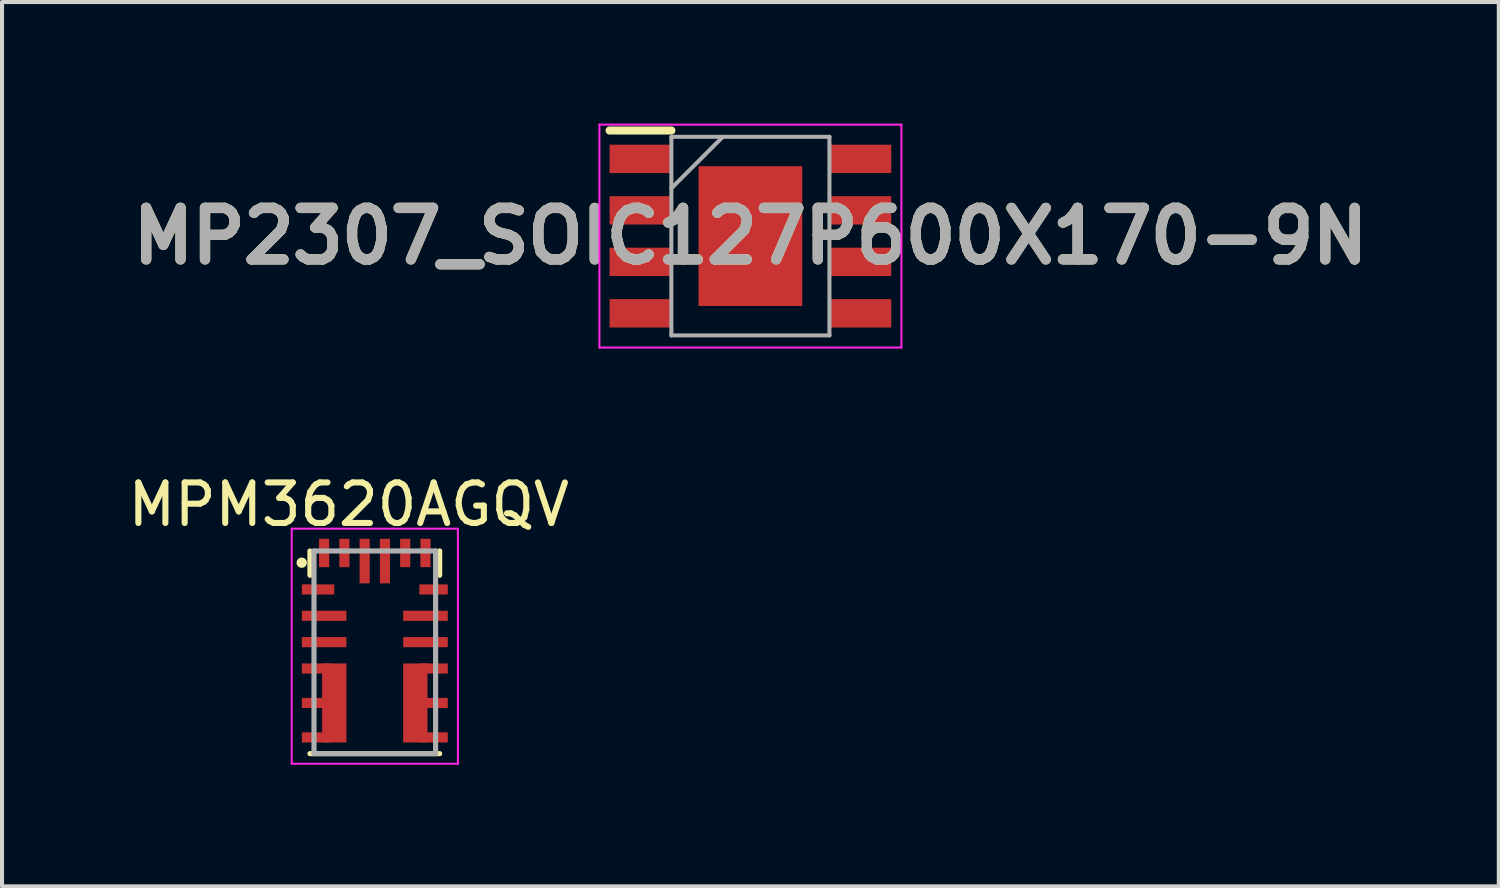
<source format=kicad_pcb>
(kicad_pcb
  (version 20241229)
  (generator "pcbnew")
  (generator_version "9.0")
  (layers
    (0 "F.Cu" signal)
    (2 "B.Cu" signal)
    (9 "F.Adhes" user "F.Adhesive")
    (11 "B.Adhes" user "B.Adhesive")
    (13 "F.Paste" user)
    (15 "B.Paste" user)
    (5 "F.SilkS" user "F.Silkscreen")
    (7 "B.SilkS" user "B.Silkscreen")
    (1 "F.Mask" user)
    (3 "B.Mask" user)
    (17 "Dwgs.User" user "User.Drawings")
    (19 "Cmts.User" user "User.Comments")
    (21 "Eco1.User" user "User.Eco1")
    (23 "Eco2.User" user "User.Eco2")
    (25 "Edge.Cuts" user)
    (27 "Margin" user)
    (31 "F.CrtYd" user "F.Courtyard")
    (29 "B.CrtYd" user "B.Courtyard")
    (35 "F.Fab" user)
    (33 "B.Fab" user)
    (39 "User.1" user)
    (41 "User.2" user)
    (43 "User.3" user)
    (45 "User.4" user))
  (footprint "MP2307_SOIC127P600X170-9N"
    (layer "F.Cu")
    (at 15.464 2.775)
    (property "Reference" "MP2307_SOIC127P600X170-9N" (at 0 0 0) (layer "F.SilkS") (effects (font (size 1.27 1.27) (thickness 0.254))))
    (attr smd)
    (fp_line (start -3.475 -2.605) (end -1.95 -2.605) (stroke (width 0.2) (type solid)) (layer "F.SilkS"))
    (fp_line (start -3.725 -2.75) (end 3.725 -2.75) (stroke (width 0.05) (type solid)) (layer "F.CrtYd"))
    (fp_line (start -3.725 2.75) (end -3.725 -2.75) (stroke (width 0.05) (type solid)) (layer "F.CrtYd"))
    (fp_line (start 3.725 -2.75) (end 3.725 2.75) (stroke (width 0.05) (type solid)) (layer "F.CrtYd"))
    (fp_line (start 3.725 2.75) (end -3.725 2.75) (stroke (width 0.05) (type solid)) (layer "F.CrtYd"))
    (fp_line (start -1.95 -2.45) (end 1.95 -2.45) (stroke (width 0.1) (type solid)) (layer "F.Fab"))
    (fp_line (start -1.95 -1.18) (end -0.68 -2.45) (stroke (width 0.1) (type solid)) (layer "F.Fab"))
    (fp_line (start -1.95 2.45) (end -1.95 -2.45) (stroke (width 0.1) (type solid)) (layer "F.Fab"))
    (fp_line (start 1.95 -2.45) (end 1.95 2.45) (stroke (width 0.1) (type solid)) (layer "F.Fab"))
    (fp_line (start 1.95 2.45) (end -1.95 2.45) (stroke (width 0.1) (type solid)) (layer "F.Fab"))
    (fp_text user "${REFERENCE}" (at 0 0 0) (layer "F.Fab") (effects (font (size 1.27 1.27) (thickness 0.254))))
    (pad "1" smd rect (at -2.712 -1.905 90) (size 0.7 1.525) (layers "F.Cu" "F.Mask" "F.Paste"))
    (pad "2" smd rect (at -2.712 -0.635 90) (size 0.7 1.525) (layers "F.Cu" "F.Mask" "F.Paste"))
    (pad "3" smd rect (at -2.712 0.635 90) (size 0.7 1.525) (layers "F.Cu" "F.Mask" "F.Paste"))
    (pad "4" smd rect (at -2.712 1.905 90) (size 0.7 1.525) (layers "F.Cu" "F.Mask" "F.Paste"))
    (pad "5" smd rect (at 2.712 1.905 90) (size 0.7 1.525) (layers "F.Cu" "F.Mask" "F.Paste"))
    (pad "6" smd rect (at 2.712 0.635 90) (size 0.7 1.525) (layers "F.Cu" "F.Mask" "F.Paste"))
    (pad "7" smd rect (at 2.712 -0.635 90) (size 0.7 1.525) (layers "F.Cu" "F.Mask" "F.Paste"))
    (pad "8" smd rect (at 2.712 -1.905 90) (size 0.7 1.525) (layers "F.Cu" "F.Mask" "F.Paste"))
    (pad "9" smd rect (at 0 0) (size 2.56 3.45) (layers "F.Cu" "F.Mask" "F.Paste")))
  (footprint "MPM3620AGQV"
    (layer "F.Cu")
    (at 6.197 13.043)
    (property "Reference" "MPM3620AGQV" (at -0.643 -3.645 0) (layer "F.SilkS") (effects (font (size 1 1) (thickness 0.15))))
    (attr smd)
    (fp_line (start -1.6 -1.9) (end -1.6 -2.5) (stroke (width 0.127) (type solid)) (layer "F.SilkS"))
    (fp_line (start -1.6 2.5) (end 1.6 2.5) (stroke (width 0.127) (type solid)) (layer "F.SilkS"))
    (fp_line (start 1.6 -1.9) (end 1.6 -2.5) (stroke (width 0.127) (type solid)) (layer "F.SilkS"))
    (fp_circle (center -1.803 -2.21) (end -1.738 -2.21) (stroke (width 0.127) (type solid)) (fill no) (layer "F.SilkS"))
    (fp_line (start -2.05 -3.05) (end 2.05 -3.05) (stroke (width 0.05) (type solid)) (layer "F.CrtYd"))
    (fp_line (start -2.05 2.75) (end -2.05 -3.05) (stroke (width 0.05) (type solid)) (layer "F.CrtYd"))
    (fp_line (start 2.05 -3.05) (end 2.05 2.75) (stroke (width 0.05) (type solid)) (layer "F.CrtYd"))
    (fp_line (start 2.05 2.75) (end -2.05 2.75) (stroke (width 0.05) (type solid)) (layer "F.CrtYd"))
    (fp_line (start -1.5 -2.5) (end -1.5 2.5) (stroke (width 0.127) (type solid)) (layer "F.Fab"))
    (fp_line (start -1.5 2.5) (end 1.5 2.5) (stroke (width 0.127) (type solid)) (layer "F.Fab"))
    (fp_line (start 1.5 -2.5) (end -1.5 -2.5) (stroke (width 0.127) (type solid)) (layer "F.Fab"))
    (fp_line (start 1.5 2.5) (end 1.5 -2.5) (stroke (width 0.127) (type solid)) (layer "F.Fab"))
    (pad "1" smd rect (at -1.4 -1.55) (size 0.8 0.25) (layers "F.Cu" "F.Mask" "F.Paste"))
    (pad "2" smd rect (at -1.25 -0.9) (size 1.1 0.25) (layers "F.Cu" "F.Mask" "F.Paste"))
    (pad "3" smd rect (at -1.25 -0.25) (size 1.1 0.25) (layers "F.Cu" "F.Mask" "F.Paste"))
    (pad "4" smd rect (at -1.45 0.4) (size 0.7 0.25) (layers "F.Cu" "F.Mask" "F.Paste"))
    (pad "5" smd rect (at -1.45 1.25) (size 0.7 0.25) (layers "F.Cu" "F.Mask" "F.Paste"))
    (pad "6" smd rect (at -1.45 2.1) (size 0.7 0.25) (layers "F.Cu" "F.Mask" "F.Paste"))
    (pad "7" smd rect (at 1.45 2.1) (size 0.7 0.25) (layers "F.Cu" "F.Mask" "F.Paste"))
    (pad "8" smd rect (at 1.45 1.25) (size 0.7 0.25) (layers "F.Cu" "F.Mask" "F.Paste"))
    (pad "9" smd rect (at 1.45 0.4) (size 0.7 0.25) (layers "F.Cu" "F.Mask" "F.Paste"))
    (pad "10" smd rect (at 1.25 -0.25) (size 1.1 0.25) (layers "F.Cu" "F.Mask" "F.Paste"))
    (pad "11" smd rect (at 1.25 -0.9) (size 1.1 0.25) (layers "F.Cu" "F.Mask" "F.Paste"))
    (pad "12" smd rect (at 1.45 -1.55) (size 0.7 0.25) (layers "F.Cu" "F.Mask" "F.Paste"))
    (pad "13" smd rect (at 1.25 -2.45) (size 0.25 0.7) (layers "F.Cu" "F.Mask" "F.Paste"))
    (pad "14" smd rect (at 0.75 -2.45) (size 0.25 0.7) (layers "F.Cu" "F.Mask" "F.Paste"))
    (pad "15" smd rect (at 0.25 -2.25) (size 0.25 1.1) (layers "F.Cu" "F.Mask" "F.Paste"))
    (pad "16" smd rect (at -0.25 -2.25) (size 0.25 1.1) (layers "F.Cu" "F.Mask" "F.Paste"))
    (pad "17" smd rect (at -0.75 -2.45) (size 0.25 0.7) (layers "F.Cu" "F.Mask" "F.Paste"))
    (pad "18" smd rect (at -1.25 -2.45) (size 0.25 0.7) (layers "F.Cu" "F.Mask" "F.Paste"))
    (pad "19" smd rect (at -1 1.25) (size 0.6 1.95) (layers "F.Cu" "F.Mask" "F.Paste"))
    (pad "20" smd rect (at 1 1.25) (size 0.6 1.95) (layers "F.Cu" "F.Mask" "F.Paste"))
    (zone (net_name "") (layer "F.Cu") (hatch full 0.508) (connect_pads) (min_thickness 0.01) (filled_areas_thickness no) (keepout (tracks not_allowed) (vias not_allowed) (pads not_allowed) (copperpour not_allowed) (footprints allowed)) (placement (enabled no)) (fill) (polygon (pts (xy 5.621 12.073) (xy 6.772 12.073) (xy 6.772 12.863) (xy 5.621 12.863))))
    (zone (net_name "") (layers "F.Cu" "B.Cu") (hatch full 0.508) (connect_pads) (min_thickness 0.01) (filled_areas_thickness no) (keepout (tracks allowed) (vias not_allowed) (pads allowed) (copperpour allowed) (footprints allowed)) (placement (enabled no)) (fill) (polygon (pts (xy 5.621 12.073) (xy 6.772 12.073) (xy 6.772 12.863) (xy 5.621 12.863)))))
  (gr_rect
    (start -3 -3)
    (end 33.928 18.818)
    (stroke (width 0.1) (type default))
    (fill no)
    (layer "Edge.Cuts")))
</source>
